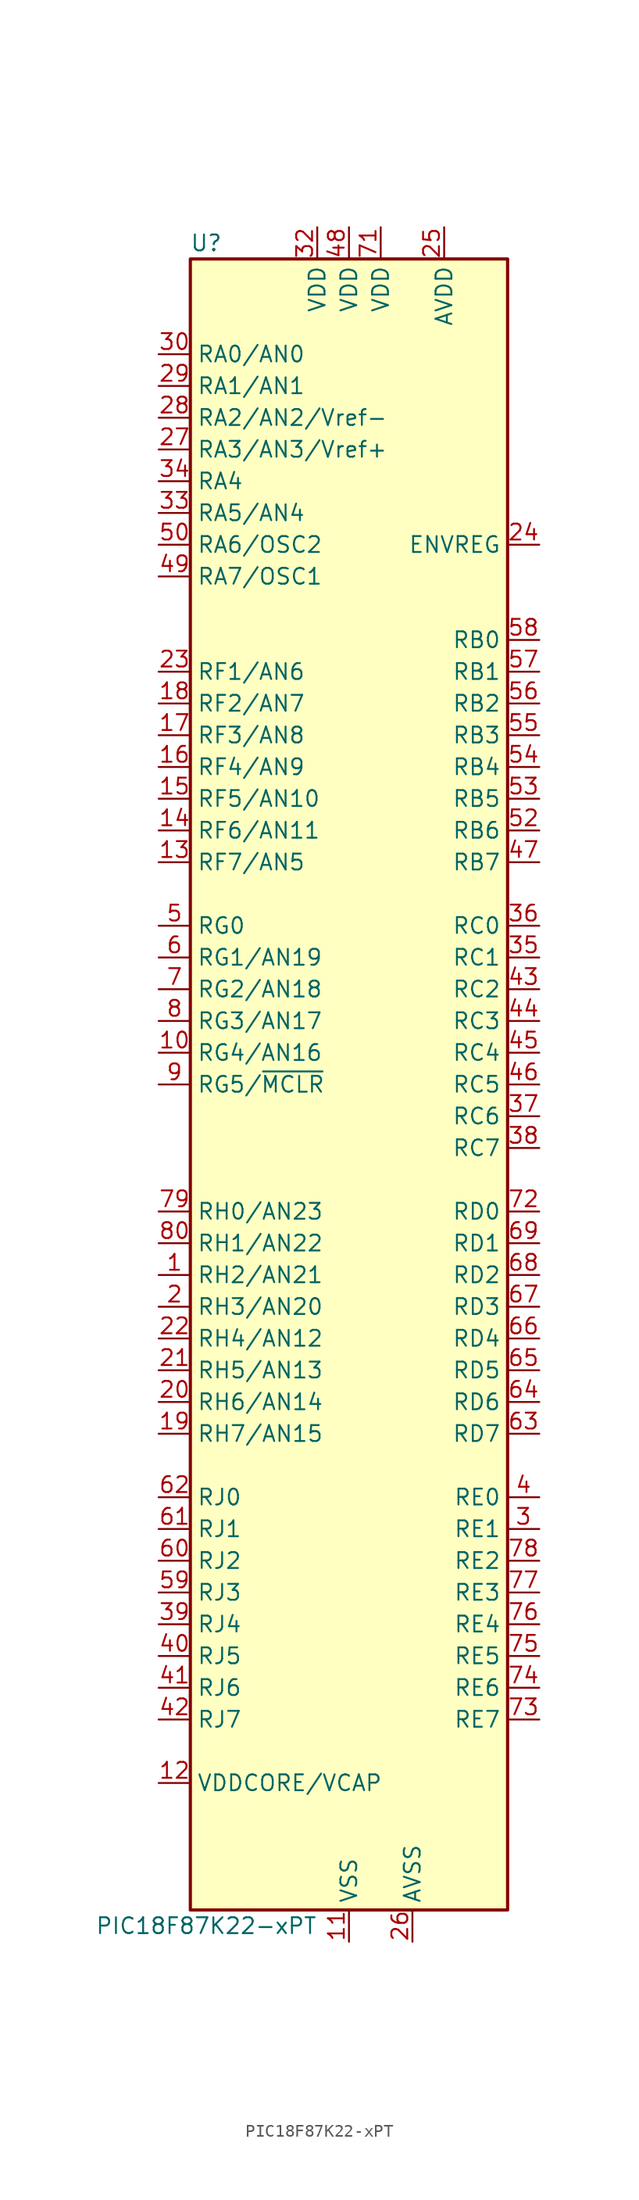
<source format=kicad_sym>
(kicad_symbol_lib
  (version 20241209)
  (generator "kicad_symbol_editor")
  (generator_version "9.0")
  (symbol "PIC18F87K22-xPT"
    (property "Reference" "U"
      (at -11.43 67.31 0)
      (effects (font (size 1.27 1.27))))
    (property "Value" "PIC18F87K22-xPT"
      (at -11.43 -67.31 0)
      (effects (font (size 1.27 1.27))))
    (symbol "PIC18F87K22-xPT_0_1"
      (rectangle (start -12.7 66.04) (end 12.7 -66.04) (stroke (width 0.254) (type default)) (fill (type background))))
    (symbol "PIC18F87K22-xPT_1_1"
      (pin bidirectional line (at -15.24 58.42 0) (length 2.54) (name "RA0/AN0" (effects (font (size 1.27 1.27)))) (number "30" (effects (font (size 1.27 1.27)))))
      (pin bidirectional line (at -15.24 55.88 0) (length 2.54) (name "RA1/AN1" (effects (font (size 1.27 1.27)))) (number "29" (effects (font (size 1.27 1.27)))))
      (pin bidirectional line (at -15.24 53.34 0) (length 2.54) (name "RA2/AN2/Vref-" (effects (font (size 1.27 1.27)))) (number "28" (effects (font (size 1.27 1.27)))))
      (pin bidirectional line (at -15.24 50.8 0) (length 2.54) (name "RA3/AN3/Vref+" (effects (font (size 1.27 1.27)))) (number "27" (effects (font (size 1.27 1.27)))))
      (pin bidirectional line (at -15.24 48.26 0) (length 2.54) (name "RA4" (effects (font (size 1.27 1.27)))) (number "34" (effects (font (size 1.27 1.27)))))
      (pin bidirectional line (at -15.24 45.72 0) (length 2.54) (name "RA5/AN4" (effects (font (size 1.27 1.27)))) (number "33" (effects (font (size 1.27 1.27)))))
      (pin bidirectional line (at -15.24 43.18 0) (length 2.54) (name "RA6/OSC2" (effects (font (size 1.27 1.27)))) (number "50" (effects (font (size 1.27 1.27)))))
      (pin bidirectional line (at -15.24 40.64 0) (length 2.54) (name "RA7/OSC1" (effects (font (size 1.27 1.27)))) (number "49" (effects (font (size 1.27 1.27)))))
      (pin bidirectional line (at -15.24 33.02 0) (length 2.54) (name "RF1/AN6" (effects (font (size 1.27 1.27)))) (number "23" (effects (font (size 1.27 1.27)))))
      (pin bidirectional line (at -15.24 30.48 0) (length 2.54) (name "RF2/AN7" (effects (font (size 1.27 1.27)))) (number "18" (effects (font (size 1.27 1.27)))))
      (pin bidirectional line (at -15.24 27.94 0) (length 2.54) (name "RF3/AN8" (effects (font (size 1.27 1.27)))) (number "17" (effects (font (size 1.27 1.27)))))
      (pin bidirectional line (at -15.24 25.4 0) (length 2.54) (name "RF4/AN9" (effects (font (size 1.27 1.27)))) (number "16" (effects (font (size 1.27 1.27)))))
      (pin bidirectional line (at -15.24 22.86 0) (length 2.54) (name "RF5/AN10" (effects (font (size 1.27 1.27)))) (number "15" (effects (font (size 1.27 1.27)))))
      (pin bidirectional line (at -15.24 20.32 0) (length 2.54) (name "RF6/AN11" (effects (font (size 1.27 1.27)))) (number "14" (effects (font (size 1.27 1.27)))))
      (pin bidirectional line (at -15.24 17.78 0) (length 2.54) (name "RF7/AN5" (effects (font (size 1.27 1.27)))) (number "13" (effects (font (size 1.27 1.27)))))
      (pin bidirectional line (at -15.24 12.7 0) (length 2.54) (name "RG0" (effects (font (size 1.27 1.27)))) (number "5" (effects (font (size 1.27 1.27)))))
      (pin bidirectional line (at -15.24 10.16 0) (length 2.54) (name "RG1/AN19" (effects (font (size 1.27 1.27)))) (number "6" (effects (font (size 1.27 1.27)))))
      (pin bidirectional line (at -15.24 7.62 0) (length 2.54) (name "RG2/AN18" (effects (font (size 1.27 1.27)))) (number "7" (effects (font (size 1.27 1.27)))))
      (pin bidirectional line (at -15.24 5.08 0) (length 2.54) (name "RG3/AN17" (effects (font (size 1.27 1.27)))) (number "8" (effects (font (size 1.27 1.27)))))
      (pin bidirectional line (at -15.24 2.54 0) (length 2.54) (name "RG4/AN16" (effects (font (size 1.27 1.27)))) (number "10" (effects (font (size 1.27 1.27)))))
      (pin bidirectional line (at -15.24 0 0) (length 2.54) (name "RG5/~{MCLR}" (effects (font (size 1.27 1.27)))) (number "9" (effects (font (size 1.27 1.27)))))
      (pin bidirectional line (at -15.24 -10.16 0) (length 2.54) (name "RH0/AN23" (effects (font (size 1.27 1.27)))) (number "79" (effects (font (size 1.27 1.27)))))
      (pin bidirectional line (at -15.24 -12.7 0) (length 2.54) (name "RH1/AN22" (effects (font (size 1.27 1.27)))) (number "80" (effects (font (size 1.27 1.27)))))
      (pin bidirectional line (at -15.24 -15.24 0) (length 2.54) (name "RH2/AN21" (effects (font (size 1.27 1.27)))) (number "1" (effects (font (size 1.27 1.27)))))
      (pin bidirectional line (at -15.24 -17.78 0) (length 2.54) (name "RH3/AN20" (effects (font (size 1.27 1.27)))) (number "2" (effects (font (size 1.27 1.27)))))
      (pin bidirectional line (at -15.24 -20.32 0) (length 2.54) (name "RH4/AN12" (effects (font (size 1.27 1.27)))) (number "22" (effects (font (size 1.27 1.27)))))
      (pin bidirectional line (at -15.24 -22.86 0) (length 2.54) (name "RH5/AN13" (effects (font (size 1.27 1.27)))) (number "21" (effects (font (size 1.27 1.27)))))
      (pin bidirectional line (at -15.24 -25.4 0) (length 2.54) (name "RH6/AN14" (effects (font (size 1.27 1.27)))) (number "20" (effects (font (size 1.27 1.27)))))
      (pin bidirectional line (at -15.24 -27.94 0) (length 2.54) (name "RH7/AN15" (effects (font (size 1.27 1.27)))) (number "19" (effects (font (size 1.27 1.27)))))
      (pin bidirectional line (at -15.24 -33.02 0) (length 2.54) (name "RJ0" (effects (font (size 1.27 1.27)))) (number "62" (effects (font (size 1.27 1.27)))))
      (pin bidirectional line (at -15.24 -35.56 0) (length 2.54) (name "RJ1" (effects (font (size 1.27 1.27)))) (number "61" (effects (font (size 1.27 1.27)))))
      (pin bidirectional line (at -15.24 -38.1 0) (length 2.54) (name "RJ2" (effects (font (size 1.27 1.27)))) (number "60" (effects (font (size 1.27 1.27)))))
      (pin bidirectional line (at -15.24 -40.64 0) (length 2.54) (name "RJ3" (effects (font (size 1.27 1.27)))) (number "59" (effects (font (size 1.27 1.27)))))
      (pin bidirectional line (at -15.24 -43.18 0) (length 2.54) (name "RJ4" (effects (font (size 1.27 1.27)))) (number "39" (effects (font (size 1.27 1.27)))))
      (pin bidirectional line (at -15.24 -45.72 0) (length 2.54) (name "RJ5" (effects (font (size 1.27 1.27)))) (number "40" (effects (font (size 1.27 1.27)))))
      (pin bidirectional line (at -15.24 -48.26 0) (length 2.54) (name "RJ6" (effects (font (size 1.27 1.27)))) (number "41" (effects (font (size 1.27 1.27)))))
      (pin bidirectional line (at -15.24 -50.8 0) (length 2.54) (name "RJ7" (effects (font (size 1.27 1.27)))) (number "42" (effects (font (size 1.27 1.27)))))
      (pin passive line (at -15.24 -55.88 0) (length 2.54) (name "VDDCORE/VCAP" (effects (font (size 1.27 1.27)))) (number "12" (effects (font (size 1.27 1.27)))))
      (pin power_in line (at -2.54 68.58 270) (length 2.54) (name "VDD" (effects (font (size 1.27 1.27)))) (number "32" (effects (font (size 1.27 1.27)))))
      (pin power_in line (at 0 68.58 270) (length 2.54) (name "VDD" (effects (font (size 1.27 1.27)))) (number "48" (effects (font (size 1.27 1.27)))))
      (pin power_in line (at 0 -68.58 90) (length 2.54) (name "VSS" (effects (font (size 1.27 1.27)))) (number "11" (effects (font (size 1.27 1.27)))))
      (pin passive line (at 0 -68.58 90) (length 2.54) (hide yes) (name "VSS" (effects (font (size 1.27 1.27)))) (number "31" (effects (font (size 1.27 1.27)))))
      (pin passive line (at 0 -68.58 90) (length 2.54) (hide yes) (name "VSS" (effects (font (size 1.27 1.27)))) (number "51" (effects (font (size 1.27 1.27)))))
      (pin passive line (at 0 -68.58 90) (length 2.54) (hide yes) (name "VSS" (effects (font (size 1.27 1.27)))) (number "70" (effects (font (size 1.27 1.27)))))
      (pin power_in line (at 2.54 68.58 270) (length 2.54) (name "VDD" (effects (font (size 1.27 1.27)))) (number "71" (effects (font (size 1.27 1.27)))))
      (pin power_in line (at 5.08 -68.58 90) (length 2.54) (name "AVSS" (effects (font (size 1.27 1.27)))) (number "26" (effects (font (size 1.27 1.27)))))
      (pin power_in line (at 7.62 68.58 270) (length 2.54) (name "AVDD" (effects (font (size 1.27 1.27)))) (number "25" (effects (font (size 1.27 1.27)))))
      (pin input line (at 15.24 43.18 180) (length 2.54) (name "ENVREG" (effects (font (size 1.27 1.27)))) (number "24" (effects (font (size 1.27 1.27)))))
      (pin bidirectional line (at 15.24 35.56 180) (length 2.54) (name "RB0" (effects (font (size 1.27 1.27)))) (number "58" (effects (font (size 1.27 1.27)))))
      (pin bidirectional line (at 15.24 33.02 180) (length 2.54) (name "RB1" (effects (font (size 1.27 1.27)))) (number "57" (effects (font (size 1.27 1.27)))))
      (pin bidirectional line (at 15.24 30.48 180) (length 2.54) (name "RB2" (effects (font (size 1.27 1.27)))) (number "56" (effects (font (size 1.27 1.27)))))
      (pin bidirectional line (at 15.24 27.94 180) (length 2.54) (name "RB3" (effects (font (size 1.27 1.27)))) (number "55" (effects (font (size 1.27 1.27)))))
      (pin bidirectional line (at 15.24 25.4 180) (length 2.54) (name "RB4" (effects (font (size 1.27 1.27)))) (number "54" (effects (font (size 1.27 1.27)))))
      (pin bidirectional line (at 15.24 22.86 180) (length 2.54) (name "RB5" (effects (font (size 1.27 1.27)))) (number "53" (effects (font (size 1.27 1.27)))))
      (pin bidirectional line (at 15.24 20.32 180) (length 2.54) (name "RB6" (effects (font (size 1.27 1.27)))) (number "52" (effects (font (size 1.27 1.27)))))
      (pin bidirectional line (at 15.24 17.78 180) (length 2.54) (name "RB7" (effects (font (size 1.27 1.27)))) (number "47" (effects (font (size 1.27 1.27)))))
      (pin bidirectional line (at 15.24 12.7 180) (length 2.54) (name "RC0" (effects (font (size 1.27 1.27)))) (number "36" (effects (font (size 1.27 1.27)))))
      (pin bidirectional line (at 15.24 10.16 180) (length 2.54) (name "RC1" (effects (font (size 1.27 1.27)))) (number "35" (effects (font (size 1.27 1.27)))))
      (pin bidirectional line (at 15.24 7.62 180) (length 2.54) (name "RC2" (effects (font (size 1.27 1.27)))) (number "43" (effects (font (size 1.27 1.27)))))
      (pin bidirectional line (at 15.24 5.08 180) (length 2.54) (name "RC3" (effects (font (size 1.27 1.27)))) (number "44" (effects (font (size 1.27 1.27)))))
      (pin bidirectional line (at 15.24 2.54 180) (length 2.54) (name "RC4" (effects (font (size 1.27 1.27)))) (number "45" (effects (font (size 1.27 1.27)))))
      (pin bidirectional line (at 15.24 0 180) (length 2.54) (name "RC5" (effects (font (size 1.27 1.27)))) (number "46" (effects (font (size 1.27 1.27)))))
      (pin bidirectional line (at 15.24 -2.54 180) (length 2.54) (name "RC6" (effects (font (size 1.27 1.27)))) (number "37" (effects (font (size 1.27 1.27)))))
      (pin bidirectional line (at 15.24 -5.08 180) (length 2.54) (name "RC7" (effects (font (size 1.27 1.27)))) (number "38" (effects (font (size 1.27 1.27)))))
      (pin bidirectional line (at 15.24 -10.16 180) (length 2.54) (name "RD0" (effects (font (size 1.27 1.27)))) (number "72" (effects (font (size 1.27 1.27)))))
      (pin bidirectional line (at 15.24 -12.7 180) (length 2.54) (name "RD1" (effects (font (size 1.27 1.27)))) (number "69" (effects (font (size 1.27 1.27)))))
      (pin bidirectional line (at 15.24 -15.24 180) (length 2.54) (name "RD2" (effects (font (size 1.27 1.27)))) (number "68" (effects (font (size 1.27 1.27)))))
      (pin bidirectional line (at 15.24 -17.78 180) (length 2.54) (name "RD3" (effects (font (size 1.27 1.27)))) (number "67" (effects (font (size 1.27 1.27)))))
      (pin bidirectional line (at 15.24 -20.32 180) (length 2.54) (name "RD4" (effects (font (size 1.27 1.27)))) (number "66" (effects (font (size 1.27 1.27)))))
      (pin bidirectional line (at 15.24 -22.86 180) (length 2.54) (name "RD5" (effects (font (size 1.27 1.27)))) (number "65" (effects (font (size 1.27 1.27)))))
      (pin bidirectional line (at 15.24 -25.4 180) (length 2.54) (name "RD6" (effects (font (size 1.27 1.27)))) (number "64" (effects (font (size 1.27 1.27)))))
      (pin bidirectional line (at 15.24 -27.94 180) (length 2.54) (name "RD7" (effects (font (size 1.27 1.27)))) (number "63" (effects (font (size 1.27 1.27)))))
      (pin bidirectional line (at 15.24 -33.02 180) (length 2.54) (name "RE0" (effects (font (size 1.27 1.27)))) (number "4" (effects (font (size 1.27 1.27)))))
      (pin bidirectional line (at 15.24 -35.56 180) (length 2.54) (name "RE1" (effects (font (size 1.27 1.27)))) (number "3" (effects (font (size 1.27 1.27)))))
      (pin bidirectional line (at 15.24 -38.1 180) (length 2.54) (name "RE2" (effects (font (size 1.27 1.27)))) (number "78" (effects (font (size 1.27 1.27)))))
      (pin bidirectional line (at 15.24 -40.64 180) (length 2.54) (name "RE3" (effects (font (size 1.27 1.27)))) (number "77" (effects (font (size 1.27 1.27)))))
      (pin bidirectional line (at 15.24 -43.18 180) (length 2.54) (name "RE4" (effects (font (size 1.27 1.27)))) (number "76" (effects (font (size 1.27 1.27)))))
      (pin bidirectional line (at 15.24 -45.72 180) (length 2.54) (name "RE5" (effects (font (size 1.27 1.27)))) (number "75" (effects (font (size 1.27 1.27)))))
      (pin bidirectional line (at 15.24 -48.26 180) (length 2.54) (name "RE6" (effects (font (size 1.27 1.27)))) (number "74" (effects (font (size 1.27 1.27)))))
      (pin bidirectional line (at 15.24 -50.8 180) (length 2.54) (name "RE7" (effects (font (size 1.27 1.27)))) (number "73" (effects (font (size 1.27 1.27))))))))
</source>
